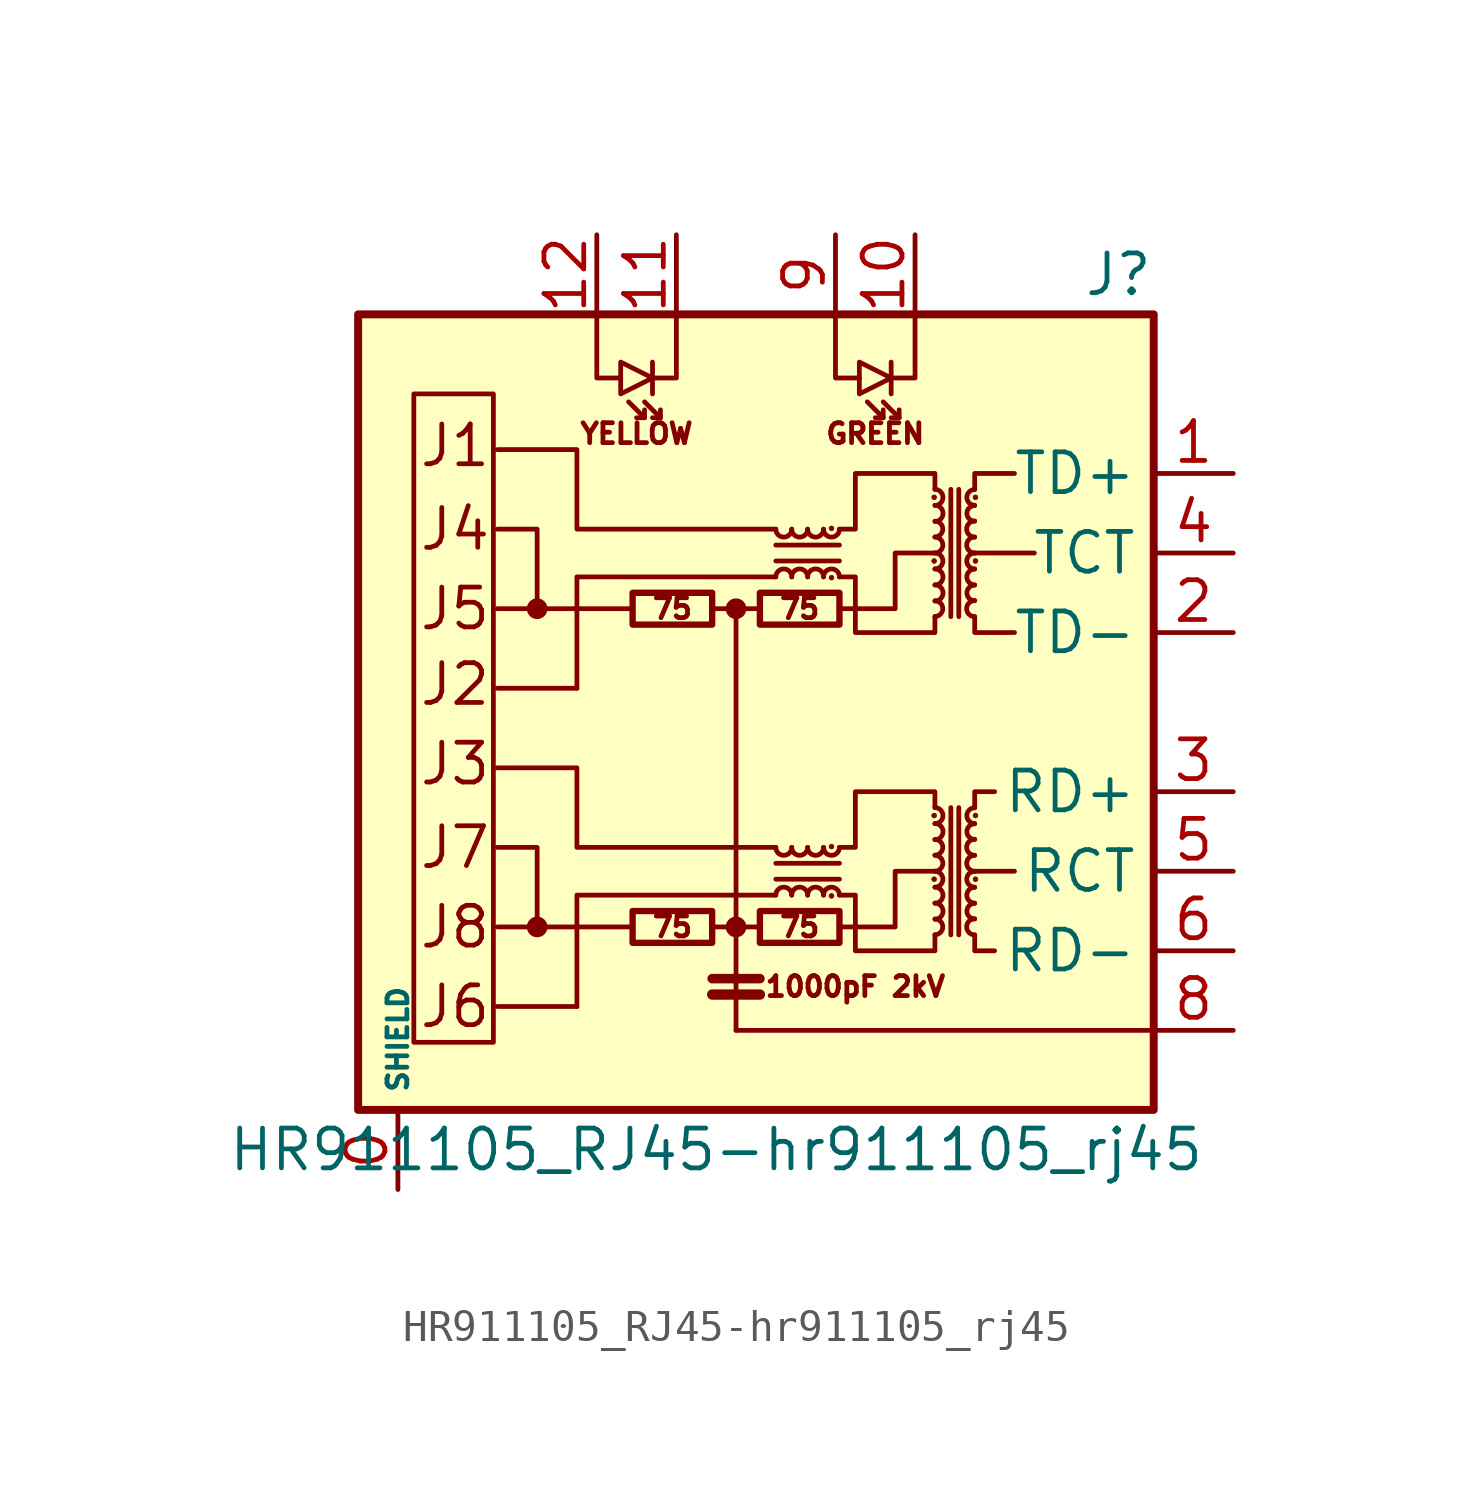
<source format=kicad_sym>
(kicad_symbol_lib
  (version 20211014)
  (generator kicad_symbol_editor)
  (symbol "HR911105_RJ45-hr911105_rj45"
    (property "Reference" "J"
      (at 12.7 13.97 0)
      (effects (font (size 1.27 1.27)) (justify right)))
    (property "Value" "HR911105_RJ45-hr911105_rj45"
      (at -1.27 -13.97 0)
      (effects (font (size 1.27 1.27))))
    (symbol "HR911105_RJ45-hr911105_rj45_0_0"
      (rectangle (start -12.7 12.7) (end 12.7 -12.7) (stroke (width 0.254) (type default) (color 0 0 0 0)) (fill (type background)))
      (polyline (pts (xy -3.937 -6.858) (xy -8.255 -6.858)) (stroke (width 0) (type default) (color 0 0 0 0)) (fill (type none)))
      (polyline (pts (xy -3.937 3.302) (xy -8.255 3.302)) (stroke (width 0) (type default) (color 0 0 0 0)) (fill (type none)))
      (polyline (pts (xy -0.635 -10.16) (xy 12.7 -10.16)) (stroke (width 0) (type default) (color 0 0 0 0)) (fill (type none)))
      (polyline (pts (xy 8.255 -5.08) (xy 6.985 -5.08)) (stroke (width 0) (type default) (color 0 0 0 0)) (fill (type none)))
      (polyline (pts (xy 8.89 5.08) (xy 6.985 5.08)) (stroke (width 0) (type default) (color 0 0 0 0)) (fill (type none)))
      (polyline (pts (xy 0.635 -4.318) (xy -5.715 -4.318) (xy -5.715 -1.778) (xy -8.255 -1.778)) (stroke (width 0) (type default) (color 0 0 0 0)) (fill (type none)))
      (polyline (pts (xy 0.635 5.842) (xy -5.715 5.842) (xy -5.715 8.382) (xy -8.255 8.382)) (stroke (width 0) (type default) (color 0 0 0 0)) (fill (type none)))
      (polyline (pts (xy 2.667 -6.858) (xy 4.445 -6.858) (xy 4.445 -5.08) (xy 5.715 -5.08)) (stroke (width 0) (type default) (color 0 0 0 0)) (fill (type none)))
      (polyline (pts (xy 2.667 3.302) (xy 4.445 3.302) (xy 4.445 5.08) (xy 5.715 5.08)) (stroke (width 0) (type default) (color 0 0 0 0)) (fill (type none)))
      (text "1000pF 2kV" (at 3.175 -8.763 0) (effects (font (size 0.635 0.635))))
      (text "75" (at -2.667 -6.858 0) (effects (font (size 0.635 0.635))))
      (text "75" (at -2.667 3.302 0) (effects (font (size 0.635 0.635))))
      (text "75" (at 1.397 -6.858 0) (effects (font (size 0.635 0.635))))
      (text "75" (at 1.397 3.302 0) (effects (font (size 0.635 0.635))))
      (text "GREEN" (at 3.81 8.89 0) (effects (font (size 0.635 0.635))))
      (text "J1" (at -10.795 8.509 0) (effects (font (size 1.27 1.27)) (justify left)))
      (text "J2" (at -10.795 0.889 0) (effects (font (size 1.27 1.27)) (justify left)))
      (text "J3" (at -10.795 -1.651 0) (effects (font (size 1.27 1.27)) (justify left)))
      (text "J4" (at -10.795 5.842 0) (effects (font (size 1.27 1.27)) (justify left)))
      (text "J5" (at -10.795 3.302 0) (effects (font (size 1.27 1.27)) (justify left)))
      (text "J6" (at -10.795 -9.398 0) (effects (font (size 1.27 1.27)) (justify left)))
      (text "J7" (at -10.795 -4.318 0) (effects (font (size 1.27 1.27)) (justify left)))
      (text "J8" (at -10.795 -6.858 0) (effects (font (size 1.27 1.27)) (justify left)))
      (text "YELLOW" (at -3.81 8.89 0) (effects (font (size 0.635 0.635)))))
    (symbol "HR911105_RJ45-hr911105_rj45_0_1"
      (rectangle (start -8.382 -10.541) (end -10.922 10.16) (stroke (width 0) (type default) (color 0 0 0 0)) (fill (type none)))
      (circle (center -6.985 -6.858) (radius 0.254) (stroke (width 0) (type default) (color 0 0 0 0)) (fill (type outline)))
      (circle (center -6.985 3.302) (radius 0.254) (stroke (width 0) (type default) (color 0 0 0 0)) (fill (type outline)))
      (rectangle (start -3.937 -7.366) (end -1.397 -6.35) (stroke (width 0.203) (type default) (color 0 0 0 0)) (fill (type none)))
      (rectangle (start -3.937 2.794) (end -1.397 3.81) (stroke (width 0.203) (type default) (color 0 0 0 0)) (fill (type none)))
      (circle (center -0.635 -6.858) (radius 0.254) (stroke (width 0) (type default) (color 0 0 0 0)) (fill (type outline)))
      (circle (center -0.635 3.302) (radius 0.254) (stroke (width 0) (type default) (color 0 0 0 0)) (fill (type outline)))
      (polyline (pts (xy -5.715 -9.398) (xy -8.255 -9.398)) (stroke (width 0) (type default) (color 0 0 0 0)) (fill (type none)))
      (polyline (pts (xy -5.715 0.762) (xy -8.255 0.762)) (stroke (width 0) (type default) (color 0 0 0 0)) (fill (type none)))
      (polyline (pts (xy -3.556 9.398) (xy -4.064 9.906)) (stroke (width 0) (type default) (color 0 0 0 0)) (fill (type none)))
      (polyline (pts (xy -3.302 11.176) (xy -3.302 10.16)) (stroke (width 0) (type default) (color 0 0 0 0)) (fill (type none)))
      (polyline (pts (xy -3.048 9.398) (xy -3.556 9.906)) (stroke (width 0) (type default) (color 0 0 0 0)) (fill (type none)))
      (polyline (pts (xy -1.397 -9.017) (xy 0.127 -9.017)) (stroke (width 0.33) (type default) (color 0 0 0 0)) (fill (type none)))
      (polyline (pts (xy -1.397 -8.509) (xy 0.127 -8.509)) (stroke (width 0.305) (type default) (color 0 0 0 0)) (fill (type none)))
      (polyline (pts (xy -0.635 3.302) (xy -1.397 3.302)) (stroke (width 0) (type default) (color 0 0 0 0)) (fill (type none)))
      (polyline (pts (xy 0.127 -6.858) (xy -1.397 -6.858)) (stroke (width 0) (type default) (color 0 0 0 0)) (fill (type none)))
      (polyline (pts (xy 0.635 -5.334) (xy 2.667 -5.334)) (stroke (width 0) (type default) (color 0 0 0 0)) (fill (type none)))
      (polyline (pts (xy 0.635 4.826) (xy 2.667 4.826)) (stroke (width 0) (type default) (color 0 0 0 0)) (fill (type none)))
      (polyline (pts (xy 2.667 -4.826) (xy 0.635 -4.826)) (stroke (width 0) (type default) (color 0 0 0 0)) (fill (type none)))
      (polyline (pts (xy 2.667 5.334) (xy 0.635 5.334)) (stroke (width 0) (type default) (color 0 0 0 0)) (fill (type none)))
      (polyline (pts (xy 4.064 9.398) (xy 3.556 9.906)) (stroke (width 0) (type default) (color 0 0 0 0)) (fill (type none)))
      (polyline (pts (xy 4.318 11.176) (xy 4.318 10.16)) (stroke (width 0) (type default) (color 0 0 0 0)) (fill (type none)))
      (polyline (pts (xy 4.572 9.398) (xy 4.064 9.906)) (stroke (width 0) (type default) (color 0 0 0 0)) (fill (type none)))
      (polyline (pts (xy 6.223 -3.048) (xy 6.223 -7.112)) (stroke (width 0) (type default) (color 0 0 0 0)) (fill (type none)))
      (polyline (pts (xy 6.223 7.112) (xy 6.223 3.048)) (stroke (width 0) (type default) (color 0 0 0 0)) (fill (type none)))
      (polyline (pts (xy 6.477 -7.112) (xy 6.477 -3.048)) (stroke (width 0) (type default) (color 0 0 0 0)) (fill (type none)))
      (polyline (pts (xy 6.477 3.048) (xy 6.477 7.112)) (stroke (width 0) (type default) (color 0 0 0 0)) (fill (type none)))
      (polyline (pts (xy -6.985 -6.858) (xy -6.985 -4.318) (xy -8.255 -4.318)) (stroke (width 0) (type default) (color 0 0 0 0)) (fill (type none)))
      (polyline (pts (xy -6.985 3.302) (xy -6.985 5.842) (xy -8.255 5.842)) (stroke (width 0) (type default) (color 0 0 0 0)) (fill (type none)))
      (polyline (pts (xy -5.08 12.7) (xy -5.08 10.668) (xy -4.318 10.668)) (stroke (width 0) (type default) (color 0 0 0 0)) (fill (type none)))
      (polyline (pts (xy -3.556 9.652) (xy -3.556 9.398) (xy -3.81 9.398)) (stroke (width 0) (type default) (color 0 0 0 0)) (fill (type none)))
      (polyline (pts (xy -3.048 9.652) (xy -3.048 9.398) (xy -3.302 9.398)) (stroke (width 0) (type default) (color 0 0 0 0)) (fill (type none)))
      (polyline (pts (xy -2.54 12.7) (xy -2.54 10.668) (xy -3.302 10.668)) (stroke (width 0) (type default) (color 0 0 0 0)) (fill (type none)))
      (polyline (pts (xy -0.635 -10.16) (xy -0.635 3.302) (xy 0 3.302)) (stroke (width 0) (type default) (color 0 0 0 0)) (fill (type none)))
      (polyline (pts (xy 0.635 -5.842) (xy -5.715 -5.842) (xy -5.715 -9.398)) (stroke (width 0) (type default) (color 0 0 0 0)) (fill (type none)))
      (polyline (pts (xy 0.635 4.318) (xy -5.715 4.318) (xy -5.715 0.762)) (stroke (width 0) (type default) (color 0 0 0 0)) (fill (type none)))
      (polyline (pts (xy 2.54 12.7) (xy 2.54 10.668) (xy 3.302 10.668)) (stroke (width 0) (type default) (color 0 0 0 0)) (fill (type none)))
      (polyline (pts (xy 4.064 9.652) (xy 4.064 9.398) (xy 3.81 9.398)) (stroke (width 0) (type default) (color 0 0 0 0)) (fill (type none)))
      (polyline (pts (xy 4.572 9.652) (xy 4.572 9.398) (xy 4.318 9.398)) (stroke (width 0) (type default) (color 0 0 0 0)) (fill (type none)))
      (polyline (pts (xy 5.08 12.7) (xy 5.08 10.668) (xy 4.318 10.668)) (stroke (width 0) (type default) (color 0 0 0 0)) (fill (type none)))
      (polyline (pts (xy 6.985 -7.112) (xy 6.985 -7.62) (xy 7.62 -7.62)) (stroke (width 0) (type default) (color 0 0 0 0)) (fill (type none)))
      (polyline (pts (xy 6.985 -3.048) (xy 6.985 -2.54) (xy 7.62 -2.54)) (stroke (width 0) (type default) (color 0 0 0 0)) (fill (type none)))
      (polyline (pts (xy 6.985 3.048) (xy 6.985 2.54) (xy 8.255 2.54)) (stroke (width 0) (type default) (color 0 0 0 0)) (fill (type none)))
      (polyline (pts (xy 6.985 7.112) (xy 6.985 7.62) (xy 8.255 7.62)) (stroke (width 0) (type default) (color 0 0 0 0)) (fill (type none)))
      (polyline (pts (xy -3.302 10.668) (xy -4.318 11.176) (xy -4.318 10.16) (xy -3.302 10.668)) (stroke (width 0) (type default) (color 0 0 0 0)) (fill (type none)))
      (polyline (pts (xy 4.318 10.668) (xy 3.302 11.176) (xy 3.302 10.16) (xy 4.318 10.668)) (stroke (width 0) (type default) (color 0 0 0 0)) (fill (type none)))
      (polyline (pts (xy 2.667 -4.318) (xy 3.175 -4.318) (xy 3.175 -2.54) (xy 5.715 -2.54) (xy 5.715 -3.048)) (stroke (width 0) (type default) (color 0 0 0 0)) (fill (type none)))
      (polyline (pts (xy 2.667 5.842) (xy 3.175 5.842) (xy 3.175 7.62) (xy 5.715 7.62) (xy 5.715 7.112)) (stroke (width 0) (type default) (color 0 0 0 0)) (fill (type none)))
      (polyline (pts (xy 5.715 -7.112) (xy 5.715 -7.62) (xy 3.175 -7.62) (xy 3.175 -5.842) (xy 2.667 -5.842)) (stroke (width 0) (type default) (color 0 0 0 0)) (fill (type none)))
      (polyline (pts (xy 5.715 3.048) (xy 5.715 2.54) (xy 3.175 2.54) (xy 3.175 4.318) (xy 2.667 4.318)) (stroke (width 0) (type default) (color 0 0 0 0)) (fill (type none)))
      (rectangle (start 0.127 -7.366) (end 2.667 -6.35) (stroke (width 0.203) (type default) (color 0 0 0 0)) (fill (type none)))
      (rectangle (start 0.127 2.794) (end 2.667 3.81) (stroke (width 0.203) (type default) (color 0 0 0 0)) (fill (type none)))
      (arc (start 0.635 -4.318) (mid 0.889 -4.572) (end 1.143 -4.318) (stroke (width 0) (type default) (color 0 0 0 0)) (fill (type none)))
      (arc (start 0.635 5.842) (mid 0.889 5.588) (end 1.143 5.842) (stroke (width 0) (type default) (color 0 0 0 0)) (fill (type none)))
      (arc (start 1.143 -5.842) (mid 0.889 -5.588) (end 0.635 -5.842) (stroke (width 0) (type default) (color 0 0 0 0)) (fill (type none)))
      (arc (start 1.143 -4.318) (mid 1.397 -4.572) (end 1.651 -4.318) (stroke (width 0) (type default) (color 0 0 0 0)) (fill (type none)))
      (arc (start 1.143 4.318) (mid 0.889 4.572) (end 0.635 4.318) (stroke (width 0) (type default) (color 0 0 0 0)) (fill (type none)))
      (arc (start 1.143 5.842) (mid 1.397 5.588) (end 1.651 5.842) (stroke (width 0) (type default) (color 0 0 0 0)) (fill (type none)))
      (arc (start 1.651 -5.842) (mid 1.397 -5.588) (end 1.143 -5.842) (stroke (width 0) (type default) (color 0 0 0 0)) (fill (type none)))
      (arc (start 1.651 -4.318) (mid 1.905 -4.572) (end 2.159 -4.318) (stroke (width 0) (type default) (color 0 0 0 0)) (fill (type none)))
      (arc (start 1.651 4.318) (mid 1.397 4.572) (end 1.143 4.318) (stroke (width 0) (type default) (color 0 0 0 0)) (fill (type none)))
      (arc (start 1.651 5.842) (mid 1.905 5.588) (end 2.159 5.842) (stroke (width 0) (type default) (color 0 0 0 0)) (fill (type none)))
      (arc (start 2.159 -5.842) (mid 1.905 -5.588) (end 1.651 -5.842) (stroke (width 0) (type default) (color 0 0 0 0)) (fill (type none)))
      (arc (start 2.159 -4.318) (mid 2.413 -4.572) (end 2.667 -4.318) (stroke (width 0) (type default) (color 0 0 0 0)) (fill (type none)))
      (arc (start 2.159 4.318) (mid 1.905 4.572) (end 1.651 4.318) (stroke (width 0) (type default) (color 0 0 0 0)) (fill (type none)))
      (arc (start 2.159 5.842) (mid 2.413 5.588) (end 2.667 5.842) (stroke (width 0) (type default) (color 0 0 0 0)) (fill (type none)))
      (circle (center 2.413 -5.867) (radius 0.076) (stroke (width 0.025) (type default) (color 0 0 0 0)) (fill (type outline)))
      (circle (center 2.413 -4.293) (radius 0.076) (stroke (width 0.025) (type default) (color 0 0 0 0)) (fill (type outline)))
      (circle (center 2.413 4.293) (radius 0.076) (stroke (width 0.025) (type default) (color 0 0 0 0)) (fill (type outline)))
      (circle (center 2.413 5.867) (radius 0.076) (stroke (width 0.025) (type default) (color 0 0 0 0)) (fill (type outline)))
      (arc (start 2.667 -5.842) (mid 2.413 -5.588) (end 2.159 -5.842) (stroke (width 0) (type default) (color 0 0 0 0)) (fill (type none)))
      (arc (start 2.667 4.318) (mid 2.413 4.572) (end 2.159 4.318) (stroke (width 0) (type default) (color 0 0 0 0)) (fill (type none)))
      (circle (center 5.69 -5.334) (radius 0.076) (stroke (width 0.025) (type default) (color 0 0 0 0)) (fill (type outline)))
      (circle (center 5.69 -3.302) (radius 0.076) (stroke (width 0.025) (type default) (color 0 0 0 0)) (fill (type outline)))
      (circle (center 5.69 4.826) (radius 0.076) (stroke (width 0.025) (type default) (color 0 0 0 0)) (fill (type outline)))
      (circle (center 5.69 6.858) (radius 0.076) (stroke (width 0.025) (type default) (color 0 0 0 0)) (fill (type outline)))
      (arc (start 5.715 -7.112) (mid 5.969 -6.858) (end 5.715 -6.604) (stroke (width 0) (type default) (color 0 0 0 0)) (fill (type none)))
      (arc (start 5.715 -6.604) (mid 5.969 -6.35) (end 5.715 -6.096) (stroke (width 0) (type default) (color 0 0 0 0)) (fill (type none)))
      (arc (start 5.715 -6.096) (mid 5.969 -5.842) (end 5.715 -5.588) (stroke (width 0) (type default) (color 0 0 0 0)) (fill (type none)))
      (arc (start 5.715 -5.588) (mid 5.969 -5.334) (end 5.715 -5.08) (stroke (width 0) (type default) (color 0 0 0 0)) (fill (type none)))
      (arc (start 5.715 -5.08) (mid 5.969 -4.826) (end 5.715 -4.572) (stroke (width 0) (type default) (color 0 0 0 0)) (fill (type none)))
      (arc (start 5.715 -4.572) (mid 5.969 -4.318) (end 5.715 -4.064) (stroke (width 0) (type default) (color 0 0 0 0)) (fill (type none)))
      (arc (start 5.715 -4.064) (mid 5.969 -3.81) (end 5.715 -3.556) (stroke (width 0) (type default) (color 0 0 0 0)) (fill (type none)))
      (arc (start 5.715 -3.556) (mid 5.969 -3.302) (end 5.715 -3.048) (stroke (width 0) (type default) (color 0 0 0 0)) (fill (type none)))
      (arc (start 5.715 3.048) (mid 5.969 3.302) (end 5.715 3.556) (stroke (width 0) (type default) (color 0 0 0 0)) (fill (type none)))
      (arc (start 5.715 3.556) (mid 5.969 3.81) (end 5.715 4.064) (stroke (width 0) (type default) (color 0 0 0 0)) (fill (type none)))
      (arc (start 5.715 4.064) (mid 5.969 4.318) (end 5.715 4.572) (stroke (width 0) (type default) (color 0 0 0 0)) (fill (type none)))
      (arc (start 5.715 4.572) (mid 5.969 4.826) (end 5.715 5.08) (stroke (width 0) (type default) (color 0 0 0 0)) (fill (type none)))
      (arc (start 5.715 5.08) (mid 5.969 5.334) (end 5.715 5.588) (stroke (width 0) (type default) (color 0 0 0 0)) (fill (type none)))
      (arc (start 5.715 5.588) (mid 5.969 5.842) (end 5.715 6.096) (stroke (width 0) (type default) (color 0 0 0 0)) (fill (type none)))
      (arc (start 5.715 6.096) (mid 5.969 6.35) (end 5.715 6.604) (stroke (width 0) (type default) (color 0 0 0 0)) (fill (type none)))
      (arc (start 5.715 6.604) (mid 5.969 6.858) (end 5.715 7.112) (stroke (width 0) (type default) (color 0 0 0 0)) (fill (type none)))
      (arc (start 6.985 -6.604) (mid 6.731 -6.858) (end 6.985 -7.112) (stroke (width 0) (type default) (color 0 0 0 0)) (fill (type none)))
      (arc (start 6.985 -6.096) (mid 6.731 -6.35) (end 6.985 -6.604) (stroke (width 0) (type default) (color 0 0 0 0)) (fill (type none)))
      (arc (start 6.985 -5.588) (mid 6.731 -5.842) (end 6.985 -6.096) (stroke (width 0) (type default) (color 0 0 0 0)) (fill (type none)))
      (arc (start 6.985 -5.08) (mid 6.731 -5.334) (end 6.985 -5.588) (stroke (width 0) (type default) (color 0 0 0 0)) (fill (type none)))
      (arc (start 6.985 -4.572) (mid 6.731 -4.826) (end 6.985 -5.08) (stroke (width 0) (type default) (color 0 0 0 0)) (fill (type none)))
      (arc (start 6.985 -4.064) (mid 6.731 -4.318) (end 6.985 -4.572) (stroke (width 0) (type default) (color 0 0 0 0)) (fill (type none)))
      (arc (start 6.985 -3.556) (mid 6.731 -3.81) (end 6.985 -4.064) (stroke (width 0) (type default) (color 0 0 0 0)) (fill (type none)))
      (arc (start 6.985 -3.048) (mid 6.731 -3.302) (end 6.985 -3.556) (stroke (width 0) (type default) (color 0 0 0 0)) (fill (type none)))
      (arc (start 6.985 3.556) (mid 6.731 3.302) (end 6.985 3.048) (stroke (width 0) (type default) (color 0 0 0 0)) (fill (type none)))
      (arc (start 6.985 4.064) (mid 6.731 3.81) (end 6.985 3.556) (stroke (width 0) (type default) (color 0 0 0 0)) (fill (type none)))
      (arc (start 6.985 4.572) (mid 6.731 4.318) (end 6.985 4.064) (stroke (width 0) (type default) (color 0 0 0 0)) (fill (type none)))
      (arc (start 6.985 5.08) (mid 6.731 4.826) (end 6.985 4.572) (stroke (width 0) (type default) (color 0 0 0 0)) (fill (type none)))
      (arc (start 6.985 5.588) (mid 6.731 5.334) (end 6.985 5.08) (stroke (width 0) (type default) (color 0 0 0 0)) (fill (type none)))
      (arc (start 6.985 6.096) (mid 6.731 5.842) (end 6.985 5.588) (stroke (width 0) (type default) (color 0 0 0 0)) (fill (type none)))
      (arc (start 6.985 6.604) (mid 6.731 6.35) (end 6.985 6.096) (stroke (width 0) (type default) (color 0 0 0 0)) (fill (type none)))
      (arc (start 6.985 7.112) (mid 6.731 6.858) (end 6.985 6.604) (stroke (width 0) (type default) (color 0 0 0 0)) (fill (type none)))
      (circle (center 7.01 -5.334) (radius 0.076) (stroke (width 0.025) (type default) (color 0 0 0 0)) (fill (type outline)))
      (circle (center 7.01 -3.302) (radius 0.076) (stroke (width 0.025) (type default) (color 0 0 0 0)) (fill (type outline)))
      (circle (center 7.01 4.826) (radius 0.076) (stroke (width 0.025) (type default) (color 0 0 0 0)) (fill (type outline)))
      (circle (center 7.01 6.858) (radius 0.076) (stroke (width 0.025) (type default) (color 0 0 0 0)) (fill (type outline))))
    (symbol "HR911105_RJ45-hr911105_rj45_1_1"
      (pin passive line (at -11.43 -15.24 90) (length 2.54) (name "SHIELD" (effects (font (size 0.635 0.635)))) (number "0" (effects (font (size 1.27 1.27)))))
      (pin passive line (at 15.24 7.62 180) (length 2.54) (name "TD+" (effects (font (size 1.27 1.27)))) (number "1" (effects (font (size 1.27 1.27)))))
      (pin passive line (at 5.08 15.24 270) (length 2.54) (name "~" (effects (font (size 1.27 1.27)))) (number "10" (effects (font (size 1.27 1.27)))))
      (pin passive line (at -2.54 15.24 270) (length 2.54) (name "~" (effects (font (size 1.27 1.27)))) (number "11" (effects (font (size 1.27 1.27)))))
      (pin passive line (at -5.08 15.24 270) (length 2.54) (name "~" (effects (font (size 1.27 1.27)))) (number "12" (effects (font (size 1.27 1.27)))))
      (pin passive line (at 15.24 2.54 180) (length 2.54) (name "TD-" (effects (font (size 1.27 1.27)))) (number "2" (effects (font (size 1.27 1.27)))))
      (pin passive line (at 15.24 -2.54 180) (length 2.54) (name "RD+" (effects (font (size 1.27 1.27)))) (number "3" (effects (font (size 1.27 1.27)))))
      (pin passive line (at 15.24 5.08 180) (length 2.54) (name "TCT" (effects (font (size 1.27 1.27)))) (number "4" (effects (font (size 1.27 1.27)))))
      (pin passive line (at 15.24 -5.08 180) (length 2.54) (name "RCT" (effects (font (size 1.27 1.27)))) (number "5" (effects (font (size 1.27 1.27)))))
      (pin passive line (at 15.24 -7.62 180) (length 2.54) (name "RD-" (effects (font (size 1.27 1.27)))) (number "6" (effects (font (size 1.27 1.27)))))
      (pin passive line (at 15.24 -10.16 180) (length 2.54) (name "~" (effects (font (size 1.27 1.27)))) (number "8" (effects (font (size 1.27 1.27)))))
      (pin passive line (at 2.54 15.24 270) (length 2.54) (name "~" (effects (font (size 1.27 1.27)))) (number "9" (effects (font (size 1.27 1.27))))))))
</source>
